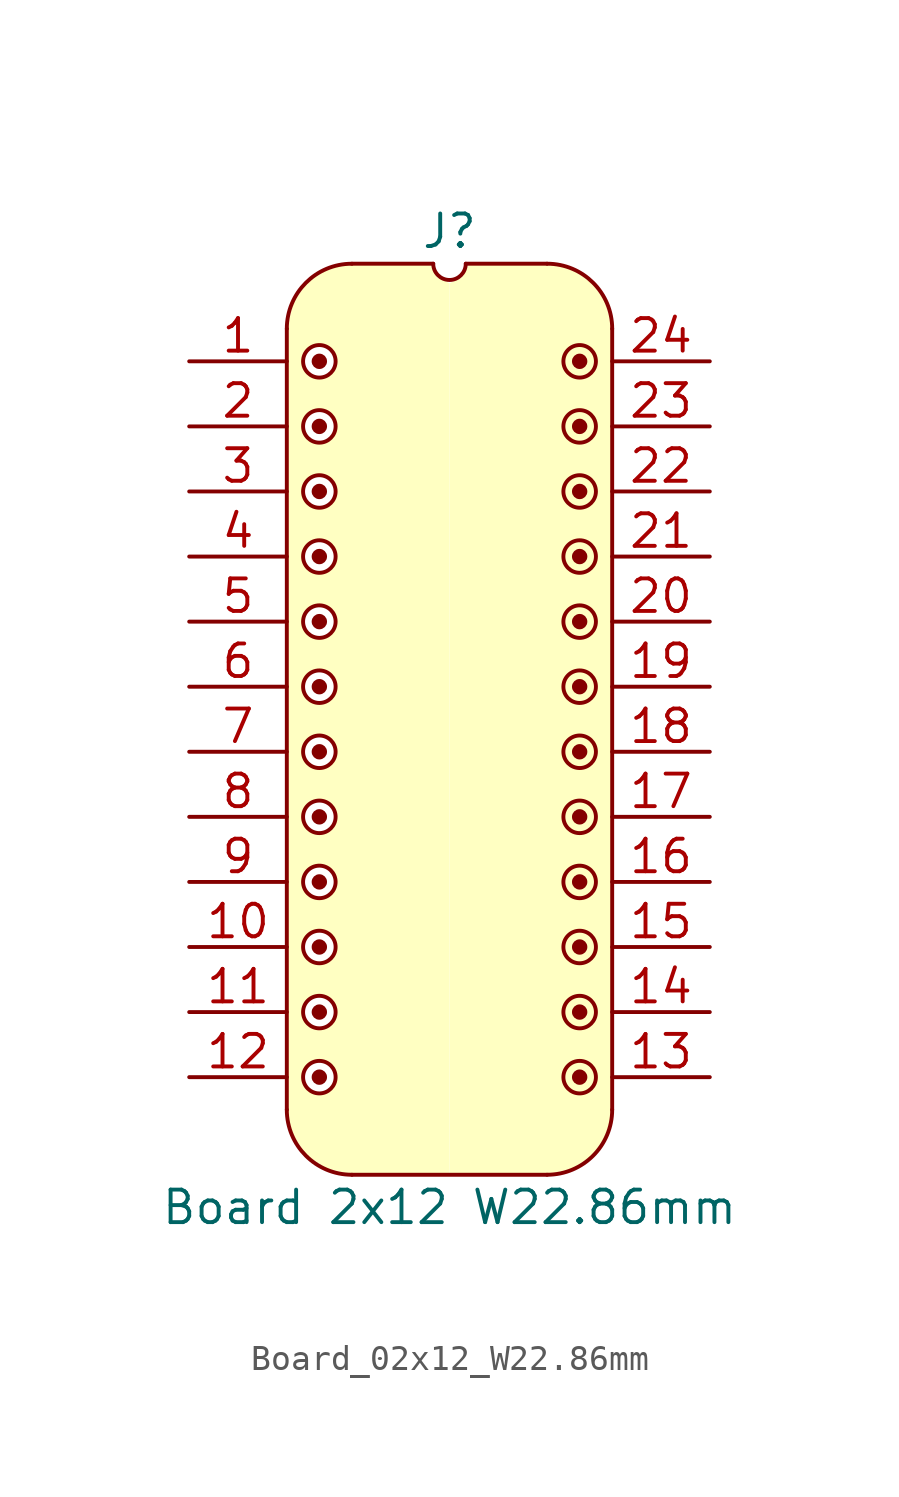
<source format=kicad_sym>
(kicad_symbol_lib
  (version 20241209)
  (generator "kicad_symbol_editor")
  (generator_version "9.0")
  (symbol "Board_02x12_W22.86mm"
    (pin_names
      (offset 1.016)
      (hide yes))
    (property "Reference" "J"
      (at 0 5.08 0)
      (effects (font (size 1.27 1.27))))
    (property "Value" "Board 2x12 W22.86mm"
      (at 0 -33.02 0)
      (effects (font (size 1.27 1.27))))
    (symbol "Board_02x12_W22.86mm_0_1"
      (polyline (pts (xy -6.35 1.27) (xy -6.35 -29.21)) (stroke (width 0) (type default)) (fill (type none)))
      (arc (start -3.8102 -31.7498) (mid -5.6063 -31.0059) (end -6.3502 -29.2098) (stroke (width 0) (type default)) (fill (type none)))
      (arc (start -6.35 1.27) (mid -5.6061 3.0661) (end -3.81 3.81) (stroke (width 0) (type default)) (fill (type none)))
      (polyline (pts (xy -3.81 3.81) (xy -0.635 3.81)) (stroke (width 0) (type default)) (fill (type none)))
      (arc (start 0.635 3.81) (mid 0 3.175) (end -0.635 3.81) (stroke (width 0) (type default)) (fill (type none)))
      (polyline (pts (xy 0.635 3.81) (xy 3.81 3.81)) (stroke (width 0) (type default)) (fill (type none)))
      (polyline (pts (xy 3.81 -31.75) (xy -3.81 -31.75)) (stroke (width 0) (type default)) (fill (type none)))
      (arc (start 3.81 3.81) (mid 5.6061 3.0661) (end 6.35 1.27) (stroke (width 0) (type default)) (fill (type none)))
      (arc (start 6.3498 -29.2098) (mid 5.6059 -31.0059) (end 3.8098 -31.7498) (stroke (width 0) (type default)) (fill (type none)))
      (polyline (pts (xy 6.35 -29.21) (xy 6.35 1.27)) (stroke (width 0) (type default)) (fill (type none))))
    (symbol "Board_02x12_W22.86mm_1_1"
      (polyline (pts (xy -6.35 1.27) (xy -6.096 2.286) (xy -5.588 3.048) (xy -4.826 3.556) (xy -4.064 3.81) (xy -0.762 3.81) (xy -0.508 3.302) (xy 0 3.048) (xy 0 -31.75) (xy -3.81 -31.75) (xy -4.826 -31.496) (xy -5.588 -30.988) (xy -6.096 -30.226) (xy -6.35 -29.464) (xy -6.35 1.27)) (stroke (width -0.0001) (type solid)) (fill (type background)))
      (circle (center -5.08 0) (radius 0.0001) (stroke (width 0.3) (type solid)) (fill (type none)))
      (circle (center -5.08 0) (radius 0.635) (stroke (width 0) (type solid)) (fill (type color) (color 255 255 255 1)))
      (circle (center -5.08 -2.54) (radius 0.0001) (stroke (width 0.3) (type solid)) (fill (type none)))
      (circle (center -5.08 -2.54) (radius 0.635) (stroke (width 0) (type solid)) (fill (type color) (color 255 255 255 1)))
      (circle (center -5.08 -5.08) (radius 0.0001) (stroke (width 0.3) (type solid)) (fill (type none)))
      (circle (center -5.08 -5.08) (radius 0.635) (stroke (width 0) (type solid)) (fill (type color) (color 255 255 255 1)))
      (circle (center -5.08 -7.62) (radius 0.0001) (stroke (width 0.3) (type solid)) (fill (type none)))
      (circle (center -5.08 -7.62) (radius 0.635) (stroke (width 0) (type solid)) (fill (type color) (color 255 255 255 1)))
      (circle (center -5.08 -10.16) (radius 0.0001) (stroke (width 0.3) (type solid)) (fill (type none)))
      (circle (center -5.08 -10.16) (radius 0.635) (stroke (width 0) (type solid)) (fill (type color) (color 255 255 255 1)))
      (circle (center -5.08 -12.7) (radius 0.0001) (stroke (width 0.3) (type solid)) (fill (type none)))
      (circle (center -5.08 -12.7) (radius 0.635) (stroke (width 0) (type solid)) (fill (type color) (color 255 255 255 1)))
      (circle (center -5.08 -15.24) (radius 0.0001) (stroke (width 0.3) (type solid)) (fill (type none)))
      (circle (center -5.08 -15.24) (radius 0.635) (stroke (width 0) (type solid)) (fill (type color) (color 255 255 255 1)))
      (circle (center -5.08 -17.78) (radius 0.0001) (stroke (width 0.3) (type solid)) (fill (type none)))
      (circle (center -5.08 -17.78) (radius 0.635) (stroke (width 0) (type solid)) (fill (type color) (color 255 255 255 1)))
      (circle (center -5.08 -20.32) (radius 0.0001) (stroke (width 0.3) (type solid)) (fill (type none)))
      (circle (center -5.08 -20.32) (radius 0.635) (stroke (width 0) (type solid)) (fill (type color) (color 255 255 255 1)))
      (circle (center -5.08 -22.86) (radius 0.0001) (stroke (width 0.3) (type solid)) (fill (type none)))
      (circle (center -5.08 -22.86) (radius 0.635) (stroke (width 0) (type solid)) (fill (type color) (color 255 255 255 1)))
      (circle (center -5.08 -25.4) (radius 0.0001) (stroke (width 0.3) (type solid)) (fill (type none)))
      (circle (center -5.08 -25.4) (radius 0.635) (stroke (width 0) (type solid)) (fill (type color) (color 255 255 255 1)))
      (circle (center -5.08 -27.94) (radius 0.0001) (stroke (width 0.3) (type solid)) (fill (type none)))
      (circle (center -5.08 -27.94) (radius 0.635) (stroke (width 0) (type solid)) (fill (type color) (color 255 255 255 1)))
      (circle (center 5.08 0) (radius 0.0001) (stroke (width 0.3) (type solid)) (fill (type none)))
      (circle (center 5.08 0) (radius 0.635) (stroke (width 0) (type solid)) (fill (type color) (color 255 255 255 1)))
      (circle (center 5.08 -2.54) (radius 0.0001) (stroke (width 0.3) (type solid)) (fill (type none)))
      (circle (center 5.08 -2.54) (radius 0.635) (stroke (width 0) (type solid)) (fill (type color) (color 255 255 255 1)))
      (circle (center 5.08 -5.08) (radius 0.0001) (stroke (width 0.3) (type solid)) (fill (type none)))
      (circle (center 5.08 -5.08) (radius 0.635) (stroke (width 0) (type solid)) (fill (type color) (color 255 255 255 1)))
      (circle (center 5.08 -7.62) (radius 0.0001) (stroke (width 0.3) (type solid)) (fill (type none)))
      (circle (center 5.08 -7.62) (radius 0.635) (stroke (width 0) (type solid)) (fill (type color) (color 255 255 255 1)))
      (circle (center 5.08 -10.16) (radius 0.0001) (stroke (width 0.3) (type solid)) (fill (type none)))
      (circle (center 5.08 -10.16) (radius 0.635) (stroke (width 0) (type solid)) (fill (type color) (color 255 255 255 1)))
      (circle (center 5.08 -12.7) (radius 0.0001) (stroke (width 0.3) (type solid)) (fill (type none)))
      (circle (center 5.08 -12.7) (radius 0.635) (stroke (width 0) (type solid)) (fill (type color) (color 255 255 255 1)))
      (circle (center 5.08 -15.24) (radius 0.0001) (stroke (width 0.3) (type solid)) (fill (type none)))
      (circle (center 5.08 -15.24) (radius 0.635) (stroke (width 0) (type solid)) (fill (type color) (color 255 255 255 1)))
      (circle (center 5.08 -17.78) (radius 0.0001) (stroke (width 0.3) (type solid)) (fill (type none)))
      (circle (center 5.08 -17.78) (radius 0.635) (stroke (width 0) (type solid)) (fill (type color) (color 255 255 255 1)))
      (circle (center 5.08 -20.32) (radius 0.0001) (stroke (width 0.3) (type solid)) (fill (type none)))
      (circle (center 5.08 -20.32) (radius 0.635) (stroke (width 0) (type solid)) (fill (type color) (color 255 255 255 1)))
      (circle (center 5.08 -22.86) (radius 0.0001) (stroke (width 0.3) (type solid)) (fill (type none)))
      (circle (center 5.08 -22.86) (radius 0.635) (stroke (width 0) (type solid)) (fill (type color) (color 255 255 255 1)))
      (circle (center 5.08 -25.4) (radius 0.0001) (stroke (width 0.3) (type solid)) (fill (type none)))
      (circle (center 5.08 -25.4) (radius 0.635) (stroke (width 0) (type solid)) (fill (type color) (color 255 255 255 1)))
      (circle (center 5.08 -27.94) (radius 0.0001) (stroke (width 0.3) (type solid)) (fill (type none)))
      (circle (center 5.08 -27.94) (radius 0.635) (stroke (width 0) (type solid)) (fill (type color) (color 255 255 255 1)))
      (polyline (pts (xy 6.35 1.27) (xy 6.096 2.286) (xy 5.588 3.048) (xy 4.826 3.556) (xy 4.064 3.81) (xy 0.762 3.81) (xy 0.508 3.302) (xy 0 3.048) (xy 0 -31.75) (xy 3.81 -31.75) (xy 4.826 -31.496) (xy 5.588 -30.988) (xy 6.096 -30.226) (xy 6.35 -29.464) (xy 6.35 1.27)) (stroke (width -0.0001) (type solid)) (fill (type background)))
      (pin passive line (at -10.16 0 0) (length 3.81) (name "" (effects (font (size 1.27 1.27)))) (number "1" (effects (font (size 1.27 1.27)))))
      (pin passive line (at -10.16 -2.54 0) (length 3.81) (name "" (effects (font (size 1.27 1.27)))) (number "2" (effects (font (size 1.27 1.27)))))
      (pin passive line (at -10.16 -5.08 0) (length 3.81) (name "" (effects (font (size 1.27 1.27)))) (number "3" (effects (font (size 1.27 1.27)))))
      (pin passive line (at -10.16 -7.62 0) (length 3.81) (name "" (effects (font (size 1.27 1.27)))) (number "4" (effects (font (size 1.27 1.27)))))
      (pin passive line (at -10.16 -10.16 0) (length 3.81) (name "" (effects (font (size 1.27 1.27)))) (number "5" (effects (font (size 1.27 1.27)))))
      (pin passive line (at -10.16 -12.7 0) (length 3.81) (name "" (effects (font (size 1.27 1.27)))) (number "6" (effects (font (size 1.27 1.27)))))
      (pin passive line (at -10.16 -15.24 0) (length 3.81) (name "" (effects (font (size 1.27 1.27)))) (number "7" (effects (font (size 1.27 1.27)))))
      (pin passive line (at -10.16 -17.78 0) (length 3.81) (name "" (effects (font (size 1.27 1.27)))) (number "8" (effects (font (size 1.27 1.27)))))
      (pin passive line (at -10.16 -20.32 0) (length 3.81) (name "" (effects (font (size 1.27 1.27)))) (number "9" (effects (font (size 1.27 1.27)))))
      (pin passive line (at -10.16 -22.86 0) (length 3.81) (name "" (effects (font (size 1.27 1.27)))) (number "10" (effects (font (size 1.27 1.27)))))
      (pin passive line (at -10.16 -25.4 0) (length 3.81) (name "" (effects (font (size 1.27 1.27)))) (number "11" (effects (font (size 1.27 1.27)))))
      (pin passive line (at -10.16 -27.94 0) (length 3.81) (name "" (effects (font (size 1.27 1.27)))) (number "12" (effects (font (size 1.27 1.27)))))
      (pin passive line (at 10.16 0 180) (length 3.81) (name "" (effects (font (size 1.27 1.27)))) (number "24" (effects (font (size 1.27 1.27)))))
      (pin passive line (at 10.16 -2.54 180) (length 3.81) (name "" (effects (font (size 1.27 1.27)))) (number "23" (effects (font (size 1.27 1.27)))))
      (pin passive line (at 10.16 -5.08 180) (length 3.81) (name "" (effects (font (size 1.27 1.27)))) (number "22" (effects (font (size 1.27 1.27)))))
      (pin passive line (at 10.16 -7.62 180) (length 3.81) (name "" (effects (font (size 1.27 1.27)))) (number "21" (effects (font (size 1.27 1.27)))))
      (pin passive line (at 10.16 -10.16 180) (length 3.81) (name "" (effects (font (size 1.27 1.27)))) (number "20" (effects (font (size 1.27 1.27)))))
      (pin passive line (at 10.16 -12.7 180) (length 3.81) (name "" (effects (font (size 1.27 1.27)))) (number "19" (effects (font (size 1.27 1.27)))))
      (pin passive line (at 10.16 -15.24 180) (length 3.81) (name "" (effects (font (size 1.27 1.27)))) (number "18" (effects (font (size 1.27 1.27)))))
      (pin passive line (at 10.16 -17.78 180) (length 3.81) (name "" (effects (font (size 1.27 1.27)))) (number "17" (effects (font (size 1.27 1.27)))))
      (pin passive line (at 10.16 -20.32 180) (length 3.81) (name "" (effects (font (size 1.27 1.27)))) (number "16" (effects (font (size 1.27 1.27)))))
      (pin passive line (at 10.16 -22.86 180) (length 3.81) (name "" (effects (font (size 1.27 1.27)))) (number "15" (effects (font (size 1.27 1.27)))))
      (pin passive line (at 10.16 -25.4 180) (length 3.81) (name "" (effects (font (size 1.27 1.27)))) (number "14" (effects (font (size 1.27 1.27)))))
      (pin passive line (at 10.16 -27.94 180) (length 3.81) (name "" (effects (font (size 1.27 1.27)))) (number "13" (effects (font (size 1.27 1.27))))))))
</source>
